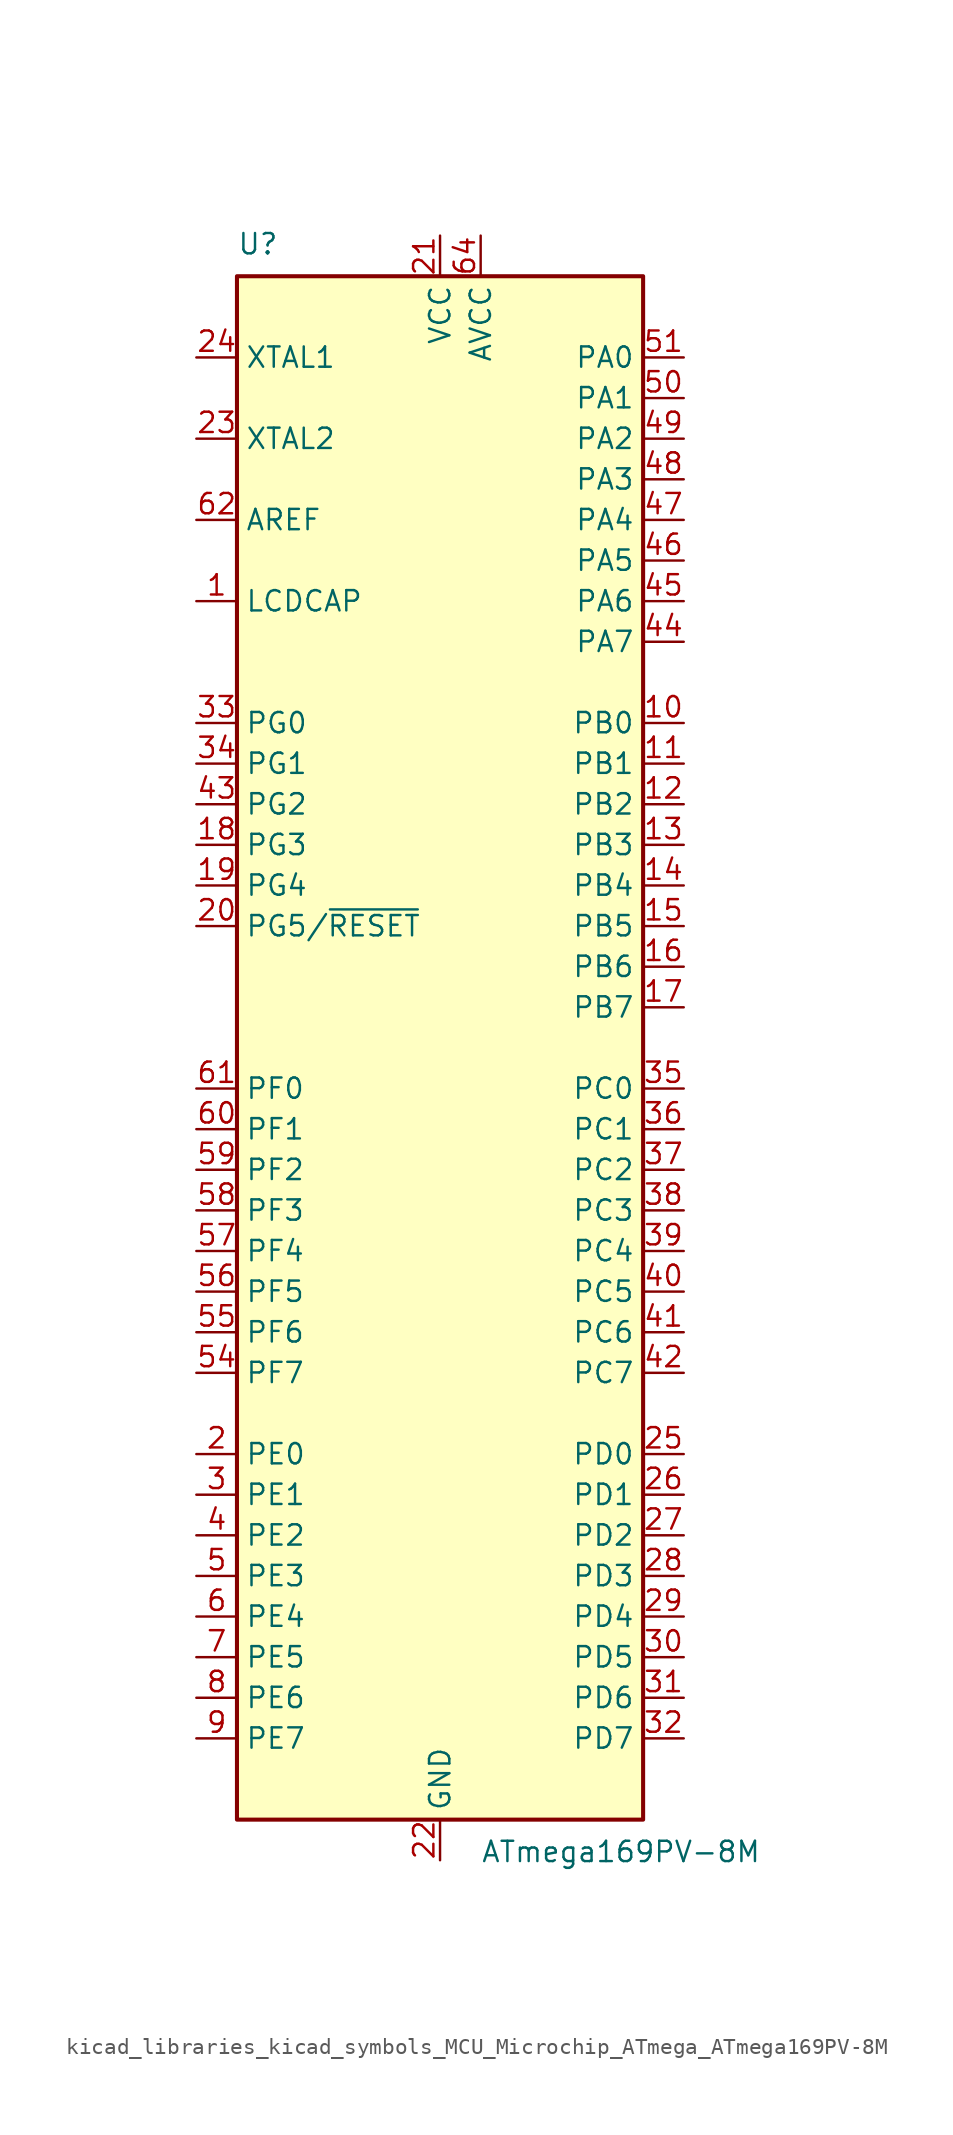
<source format=kicad_sym>
(kicad_symbol_lib
  (version 20220914)
  (generator kicad_symbol_editor)
  (symbol "kicad_libraries_kicad_symbols_MCU_Microchip_ATmega_ATmega169PV-8M"
    (property "Reference" "U"
      (at -12.7 49.53 0)
      (effects (font (size 1.27 1.27)) (justify left bottom)))
    (property "Value" "ATmega169PV-8M"
      (at 2.54 -49.53 0)
      (effects (font (size 1.27 1.27)) (justify left top)))
    (symbol "kicad_libraries_kicad_symbols_MCU_Microchip_ATmega_ATmega169PV-8M_0_1"
      (rectangle (start -12.7 -48.26) (end 12.7 48.26) (stroke (width 0.254) (type default)) (fill (type background))))
    (symbol "kicad_libraries_kicad_symbols_MCU_Microchip_ATmega_ATmega169PV-8M_1_1"
      (pin passive line (at -15.24 27.94 0) (length 2.54) (name "LCDCAP" (effects (font (size 1.27 1.27)))) (number "1" (effects (font (size 1.27 1.27)))))
      (pin bidirectional line (at 15.24 20.32 180) (length 2.54) (name "PB0" (effects (font (size 1.27 1.27)))) (number "10" (effects (font (size 1.27 1.27)))))
      (pin bidirectional line (at 15.24 17.78 180) (length 2.54) (name "PB1" (effects (font (size 1.27 1.27)))) (number "11" (effects (font (size 1.27 1.27)))))
      (pin bidirectional line (at 15.24 15.24 180) (length 2.54) (name "PB2" (effects (font (size 1.27 1.27)))) (number "12" (effects (font (size 1.27 1.27)))))
      (pin bidirectional line (at 15.24 12.7 180) (length 2.54) (name "PB3" (effects (font (size 1.27 1.27)))) (number "13" (effects (font (size 1.27 1.27)))))
      (pin bidirectional line (at 15.24 10.16 180) (length 2.54) (name "PB4" (effects (font (size 1.27 1.27)))) (number "14" (effects (font (size 1.27 1.27)))))
      (pin bidirectional line (at 15.24 7.62 180) (length 2.54) (name "PB5" (effects (font (size 1.27 1.27)))) (number "15" (effects (font (size 1.27 1.27)))))
      (pin bidirectional line (at 15.24 5.08 180) (length 2.54) (name "PB6" (effects (font (size 1.27 1.27)))) (number "16" (effects (font (size 1.27 1.27)))))
      (pin bidirectional line (at 15.24 2.54 180) (length 2.54) (name "PB7" (effects (font (size 1.27 1.27)))) (number "17" (effects (font (size 1.27 1.27)))))
      (pin bidirectional line (at -15.24 12.7 0) (length 2.54) (name "PG3" (effects (font (size 1.27 1.27)))) (number "18" (effects (font (size 1.27 1.27)))))
      (pin bidirectional line (at -15.24 10.16 0) (length 2.54) (name "PG4" (effects (font (size 1.27 1.27)))) (number "19" (effects (font (size 1.27 1.27)))))
      (pin bidirectional line (at -15.24 -25.4 0) (length 2.54) (name "PE0" (effects (font (size 1.27 1.27)))) (number "2" (effects (font (size 1.27 1.27)))))
      (pin bidirectional line (at -15.24 7.62 0) (length 2.54) (name "PG5/~{RESET}" (effects (font (size 1.27 1.27)))) (number "20" (effects (font (size 1.27 1.27)))))
      (pin power_in line (at 0 50.8 270) (length 2.54) (name "VCC" (effects (font (size 1.27 1.27)))) (number "21" (effects (font (size 1.27 1.27)))))
      (pin power_in line (at 0 -50.8 90) (length 2.54) (name "GND" (effects (font (size 1.27 1.27)))) (number "22" (effects (font (size 1.27 1.27)))))
      (pin output line (at -15.24 38.1 0) (length 2.54) (name "XTAL2" (effects (font (size 1.27 1.27)))) (number "23" (effects (font (size 1.27 1.27)))))
      (pin input line (at -15.24 43.18 0) (length 2.54) (name "XTAL1" (effects (font (size 1.27 1.27)))) (number "24" (effects (font (size 1.27 1.27)))))
      (pin bidirectional line (at 15.24 -25.4 180) (length 2.54) (name "PD0" (effects (font (size 1.27 1.27)))) (number "25" (effects (font (size 1.27 1.27)))))
      (pin bidirectional line (at 15.24 -27.94 180) (length 2.54) (name "PD1" (effects (font (size 1.27 1.27)))) (number "26" (effects (font (size 1.27 1.27)))))
      (pin bidirectional line (at 15.24 -30.48 180) (length 2.54) (name "PD2" (effects (font (size 1.27 1.27)))) (number "27" (effects (font (size 1.27 1.27)))))
      (pin bidirectional line (at 15.24 -33.02 180) (length 2.54) (name "PD3" (effects (font (size 1.27 1.27)))) (number "28" (effects (font (size 1.27 1.27)))))
      (pin bidirectional line (at 15.24 -35.56 180) (length 2.54) (name "PD4" (effects (font (size 1.27 1.27)))) (number "29" (effects (font (size 1.27 1.27)))))
      (pin bidirectional line (at -15.24 -27.94 0) (length 2.54) (name "PE1" (effects (font (size 1.27 1.27)))) (number "3" (effects (font (size 1.27 1.27)))))
      (pin bidirectional line (at 15.24 -38.1 180) (length 2.54) (name "PD5" (effects (font (size 1.27 1.27)))) (number "30" (effects (font (size 1.27 1.27)))))
      (pin bidirectional line (at 15.24 -40.64 180) (length 2.54) (name "PD6" (effects (font (size 1.27 1.27)))) (number "31" (effects (font (size 1.27 1.27)))))
      (pin bidirectional line (at 15.24 -43.18 180) (length 2.54) (name "PD7" (effects (font (size 1.27 1.27)))) (number "32" (effects (font (size 1.27 1.27)))))
      (pin bidirectional line (at -15.24 20.32 0) (length 2.54) (name "PG0" (effects (font (size 1.27 1.27)))) (number "33" (effects (font (size 1.27 1.27)))))
      (pin bidirectional line (at -15.24 17.78 0) (length 2.54) (name "PG1" (effects (font (size 1.27 1.27)))) (number "34" (effects (font (size 1.27 1.27)))))
      (pin bidirectional line (at 15.24 -2.54 180) (length 2.54) (name "PC0" (effects (font (size 1.27 1.27)))) (number "35" (effects (font (size 1.27 1.27)))))
      (pin bidirectional line (at 15.24 -5.08 180) (length 2.54) (name "PC1" (effects (font (size 1.27 1.27)))) (number "36" (effects (font (size 1.27 1.27)))))
      (pin bidirectional line (at 15.24 -7.62 180) (length 2.54) (name "PC2" (effects (font (size 1.27 1.27)))) (number "37" (effects (font (size 1.27 1.27)))))
      (pin bidirectional line (at 15.24 -10.16 180) (length 2.54) (name "PC3" (effects (font (size 1.27 1.27)))) (number "38" (effects (font (size 1.27 1.27)))))
      (pin bidirectional line (at 15.24 -12.7 180) (length 2.54) (name "PC4" (effects (font (size 1.27 1.27)))) (number "39" (effects (font (size 1.27 1.27)))))
      (pin bidirectional line (at -15.24 -30.48 0) (length 2.54) (name "PE2" (effects (font (size 1.27 1.27)))) (number "4" (effects (font (size 1.27 1.27)))))
      (pin bidirectional line (at 15.24 -15.24 180) (length 2.54) (name "PC5" (effects (font (size 1.27 1.27)))) (number "40" (effects (font (size 1.27 1.27)))))
      (pin bidirectional line (at 15.24 -17.78 180) (length 2.54) (name "PC6" (effects (font (size 1.27 1.27)))) (number "41" (effects (font (size 1.27 1.27)))))
      (pin bidirectional line (at 15.24 -20.32 180) (length 2.54) (name "PC7" (effects (font (size 1.27 1.27)))) (number "42" (effects (font (size 1.27 1.27)))))
      (pin bidirectional line (at -15.24 15.24 0) (length 2.54) (name "PG2" (effects (font (size 1.27 1.27)))) (number "43" (effects (font (size 1.27 1.27)))))
      (pin bidirectional line (at 15.24 25.4 180) (length 2.54) (name "PA7" (effects (font (size 1.27 1.27)))) (number "44" (effects (font (size 1.27 1.27)))))
      (pin bidirectional line (at 15.24 27.94 180) (length 2.54) (name "PA6" (effects (font (size 1.27 1.27)))) (number "45" (effects (font (size 1.27 1.27)))))
      (pin bidirectional line (at 15.24 30.48 180) (length 2.54) (name "PA5" (effects (font (size 1.27 1.27)))) (number "46" (effects (font (size 1.27 1.27)))))
      (pin bidirectional line (at 15.24 33.02 180) (length 2.54) (name "PA4" (effects (font (size 1.27 1.27)))) (number "47" (effects (font (size 1.27 1.27)))))
      (pin bidirectional line (at 15.24 35.56 180) (length 2.54) (name "PA3" (effects (font (size 1.27 1.27)))) (number "48" (effects (font (size 1.27 1.27)))))
      (pin bidirectional line (at 15.24 38.1 180) (length 2.54) (name "PA2" (effects (font (size 1.27 1.27)))) (number "49" (effects (font (size 1.27 1.27)))))
      (pin bidirectional line (at -15.24 -33.02 0) (length 2.54) (name "PE3" (effects (font (size 1.27 1.27)))) (number "5" (effects (font (size 1.27 1.27)))))
      (pin bidirectional line (at 15.24 40.64 180) (length 2.54) (name "PA1" (effects (font (size 1.27 1.27)))) (number "50" (effects (font (size 1.27 1.27)))))
      (pin bidirectional line (at 15.24 43.18 180) (length 2.54) (name "PA0" (effects (font (size 1.27 1.27)))) (number "51" (effects (font (size 1.27 1.27)))))
      (pin passive line (at 0 50.8 270) (length 2.54) hide (name "VCC" (effects (font (size 1.27 1.27)))) (number "52" (effects (font (size 1.27 1.27)))))
      (pin passive line (at 0 -50.8 90) (length 2.54) hide (name "GND" (effects (font (size 1.27 1.27)))) (number "53" (effects (font (size 1.27 1.27)))))
      (pin bidirectional line (at -15.24 -20.32 0) (length 2.54) (name "PF7" (effects (font (size 1.27 1.27)))) (number "54" (effects (font (size 1.27 1.27)))))
      (pin bidirectional line (at -15.24 -17.78 0) (length 2.54) (name "PF6" (effects (font (size 1.27 1.27)))) (number "55" (effects (font (size 1.27 1.27)))))
      (pin bidirectional line (at -15.24 -15.24 0) (length 2.54) (name "PF5" (effects (font (size 1.27 1.27)))) (number "56" (effects (font (size 1.27 1.27)))))
      (pin bidirectional line (at -15.24 -12.7 0) (length 2.54) (name "PF4" (effects (font (size 1.27 1.27)))) (number "57" (effects (font (size 1.27 1.27)))))
      (pin bidirectional line (at -15.24 -10.16 0) (length 2.54) (name "PF3" (effects (font (size 1.27 1.27)))) (number "58" (effects (font (size 1.27 1.27)))))
      (pin bidirectional line (at -15.24 -7.62 0) (length 2.54) (name "PF2" (effects (font (size 1.27 1.27)))) (number "59" (effects (font (size 1.27 1.27)))))
      (pin bidirectional line (at -15.24 -35.56 0) (length 2.54) (name "PE4" (effects (font (size 1.27 1.27)))) (number "6" (effects (font (size 1.27 1.27)))))
      (pin bidirectional line (at -15.24 -5.08 0) (length 2.54) (name "PF1" (effects (font (size 1.27 1.27)))) (number "60" (effects (font (size 1.27 1.27)))))
      (pin bidirectional line (at -15.24 -2.54 0) (length 2.54) (name "PF0" (effects (font (size 1.27 1.27)))) (number "61" (effects (font (size 1.27 1.27)))))
      (pin passive line (at -15.24 33.02 0) (length 2.54) (name "AREF" (effects (font (size 1.27 1.27)))) (number "62" (effects (font (size 1.27 1.27)))))
      (pin passive line (at 0 -50.8 90) (length 2.54) hide (name "GND" (effects (font (size 1.27 1.27)))) (number "63" (effects (font (size 1.27 1.27)))))
      (pin power_in line (at 2.54 50.8 270) (length 2.54) (name "AVCC" (effects (font (size 1.27 1.27)))) (number "64" (effects (font (size 1.27 1.27)))))
      (pin passive line (at 0 -50.8 90) (length 2.54) hide (name "GND" (effects (font (size 1.27 1.27)))) (number "65" (effects (font (size 1.27 1.27)))))
      (pin bidirectional line (at -15.24 -38.1 0) (length 2.54) (name "PE5" (effects (font (size 1.27 1.27)))) (number "7" (effects (font (size 1.27 1.27)))))
      (pin bidirectional line (at -15.24 -40.64 0) (length 2.54) (name "PE6" (effects (font (size 1.27 1.27)))) (number "8" (effects (font (size 1.27 1.27)))))
      (pin bidirectional line (at -15.24 -43.18 0) (length 2.54) (name "PE7" (effects (font (size 1.27 1.27)))) (number "9" (effects (font (size 1.27 1.27))))))))
</source>
